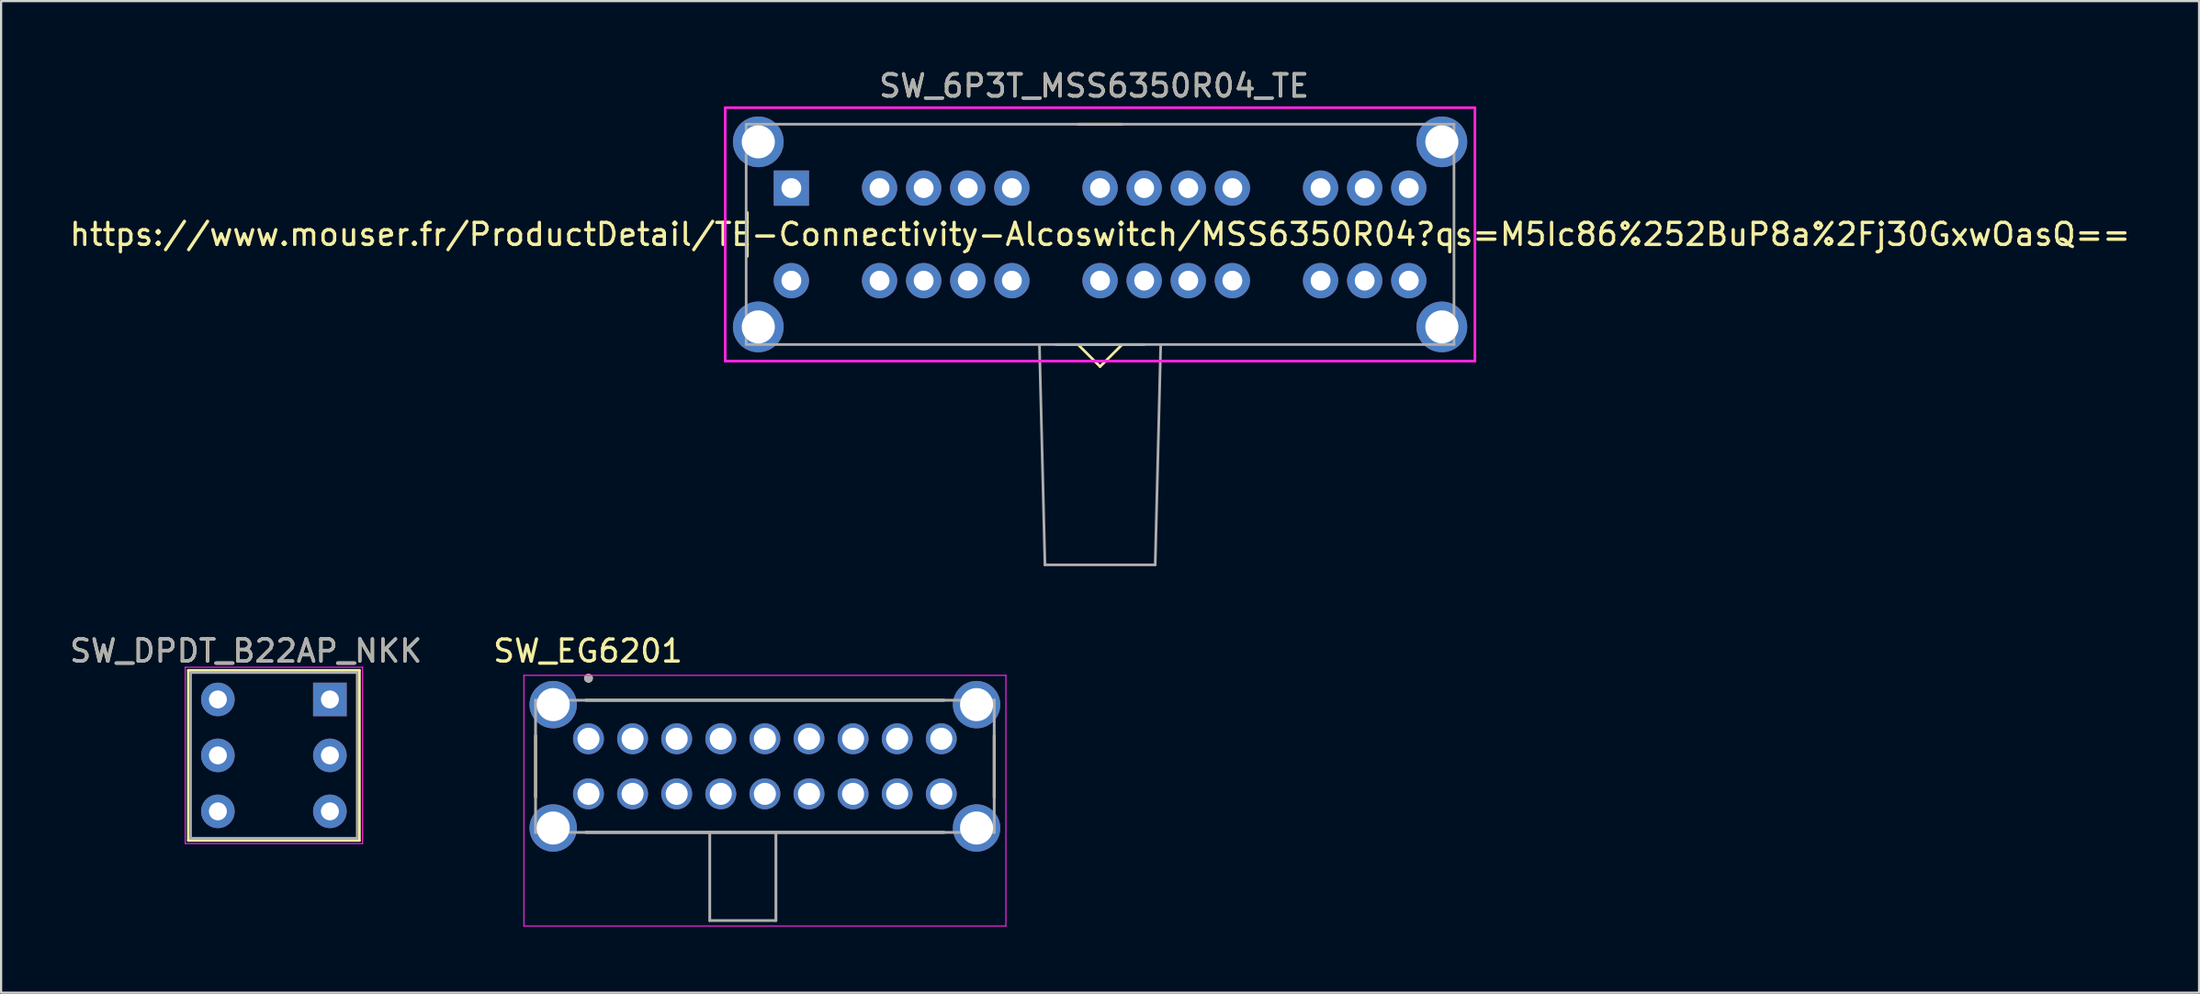
<source format=kicad_pcb>
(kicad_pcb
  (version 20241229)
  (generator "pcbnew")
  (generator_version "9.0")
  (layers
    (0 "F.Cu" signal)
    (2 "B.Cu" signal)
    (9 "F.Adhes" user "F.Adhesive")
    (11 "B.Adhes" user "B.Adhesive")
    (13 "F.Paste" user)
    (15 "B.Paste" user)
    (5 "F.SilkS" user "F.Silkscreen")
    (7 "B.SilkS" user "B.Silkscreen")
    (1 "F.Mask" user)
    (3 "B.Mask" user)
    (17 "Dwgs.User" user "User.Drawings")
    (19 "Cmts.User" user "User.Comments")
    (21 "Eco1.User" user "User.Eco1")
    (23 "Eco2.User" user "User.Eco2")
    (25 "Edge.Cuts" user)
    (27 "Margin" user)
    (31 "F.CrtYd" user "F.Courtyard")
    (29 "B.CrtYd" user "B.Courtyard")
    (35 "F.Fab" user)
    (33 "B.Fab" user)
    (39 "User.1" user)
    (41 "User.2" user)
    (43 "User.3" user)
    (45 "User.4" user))
  (footprint "SW_6P3T_MSS6350R04_TE"
    (layer "F.Cu")
    (at 46.839 7.588)
    (property "Reference" "SW_6P3T_MSS6350R04_TE" (at -0.27 -6.74 0) (layer "F.SilkS") (effects (font (size 1 1) (thickness 0.15))))
    (attr through_hole)
    (fp_line (start -16 -1) (end -16 1) (stroke (width 0.12) (type solid)) (layer "F.SilkS"))
    (fp_line (start -2 5) (end 2 5) (stroke (width 0.12) (type solid)) (layer "F.SilkS"))
    (fp_line (start -1 -5) (end 1 -5) (stroke (width 0.12) (type solid)) (layer "F.SilkS"))
    (fp_line (start -1 5) (end 0 6) (stroke (width 0.12) (type solid)) (layer "F.SilkS"))
    (fp_line (start 0 6) (end 1 5) (stroke (width 0.12) (type solid)) (layer "F.SilkS"))
    (fp_line (start -17 -5.75) (end 17 -5.75) (stroke (width 0.12) (type solid)) (layer "F.CrtYd"))
    (fp_line (start -17 5.75) (end -17 -5.75) (stroke (width 0.12) (type solid)) (layer "F.CrtYd"))
    (fp_line (start 17 -5.75) (end 17 5.5) (stroke (width 0.12) (type solid)) (layer "F.CrtYd"))
    (fp_line (start 17 5.5) (end 17 5.75) (stroke (width 0.12) (type solid)) (layer "F.CrtYd"))
    (fp_line (start 17 5.75) (end -17 5.75) (stroke (width 0.12) (type solid)) (layer "F.CrtYd"))
    (fp_line (start -16.05 -5) (end 16.05 -5) (stroke (width 0.12) (type solid)) (layer "F.Fab"))
    (fp_line (start -16.05 5) (end -16.05 -5) (stroke (width 0.12) (type solid)) (layer "F.Fab"))
    (fp_line (start -2.75 5) (end -2.5 15) (stroke (width 0.12) (type solid)) (layer "F.Fab"))
    (fp_line (start -2.5 15) (end 2.5 15) (stroke (width 0.12) (type solid)) (layer "F.Fab"))
    (fp_line (start 2.5 15) (end 2.75 5) (stroke (width 0.12) (type solid)) (layer "F.Fab"))
    (fp_line (start 16.05 -5) (end 16.05 5) (stroke (width 0.12) (type solid)) (layer "F.Fab"))
    (fp_line (start 16.05 5) (end -16.05 5) (stroke (width 0.12) (type solid)) (layer "F.Fab"))
    (fp_text user "https://www.mouser.fr/ProductDetail/TE-Connectivity-Alcoswitch/MSS6350R04?qs=M5Ic86%252BuP8a%2Fj30GxwOasQ==" (at 0 0 0) (layer "F.SilkS") (effects (font (size 1 1) (thickness 0.15))))
    (fp_text user "${REFERENCE}" (at -0.27 -6.74 0) (layer "F.Fab") (effects (font (size 1 1) (thickness 0.15))))
    (pad "0" thru_hole circle (at -15.5 -4.2) (size 2.3 2.3) (drill 1.5) (layers "*.Cu" "*.Mask"))
    (pad "0" thru_hole circle (at -15.5 4.2) (size 2.3 2.3) (drill 1.5) (layers "*.Cu" "*.Mask"))
    (pad "0" thru_hole circle (at 15.5 -4.2) (size 2.3 2.3) (drill 1.5) (layers "*.Cu" "*.Mask"))
    (pad "0" thru_hole circle (at 15.5 4.2 180) (size 2.3 2.3) (drill 1.5) (layers "*.Cu" "*.Mask"))
    (pad "1" thru_hole rect (at -14 -2.1) (size 1.6 1.6) (drill 0.9) (layers "*.Cu" "*.Mask"))
    (pad "2" thru_hole circle (at -10 -2.1) (size 1.6 1.6) (drill 0.9) (layers "*.Cu" "*.Mask"))
    (pad "3" thru_hole circle (at -8 -2.1) (size 1.6 1.6) (drill 0.9) (layers "*.Cu" "*.Mask"))
    (pad "4" thru_hole circle (at -6 -2.1) (size 1.6 1.6) (drill 0.9) (layers "*.Cu" "*.Mask"))
    (pad "5" thru_hole circle (at -4 -2.1) (size 1.6 1.6) (drill 0.9) (layers "*.Cu" "*.Mask"))
    (pad "6" thru_hole circle (at 0 -2.1) (size 1.6 1.6) (drill 0.9) (layers "*.Cu" "*.Mask"))
    (pad "7" thru_hole circle (at 2 -2.1) (size 1.6 1.6) (drill 0.9) (layers "*.Cu" "*.Mask"))
    (pad "8" thru_hole circle (at 4 -2.1) (size 1.6 1.6) (drill 0.9) (layers "*.Cu" "*.Mask"))
    (pad "9" thru_hole circle (at 6 -2.1) (size 1.6 1.6) (drill 0.9) (layers "*.Cu" "*.Mask"))
    (pad "10" thru_hole circle (at 10 -2.1) (size 1.6 1.6) (drill 0.9) (layers "*.Cu" "*.Mask"))
    (pad "11" thru_hole circle (at 12 -2.1) (size 1.6 1.6) (drill 0.9) (layers "*.Cu" "*.Mask"))
    (pad "12" thru_hole circle (at 14 -2.1) (size 1.6 1.6) (drill 0.9) (layers "*.Cu" "*.Mask"))
    (pad "13" thru_hole circle (at -14 2.1) (size 1.6 1.6) (drill 0.9) (layers "*.Cu" "*.Mask"))
    (pad "14" thru_hole circle (at -10 2.1) (size 1.6 1.6) (drill 0.9) (layers "*.Cu" "*.Mask"))
    (pad "15" thru_hole circle (at -8 2.1) (size 1.6 1.6) (drill 0.9) (layers "*.Cu" "*.Mask"))
    (pad "16" thru_hole circle (at -6 2.1) (size 1.6 1.6) (drill 0.9) (layers "*.Cu" "*.Mask"))
    (pad "17" thru_hole circle (at -4 2.1) (size 1.6 1.6) (drill 0.9) (layers "*.Cu" "*.Mask"))
    (pad "18" thru_hole circle (at 0 2.1) (size 1.6 1.6) (drill 0.9) (layers "*.Cu" "*.Mask"))
    (pad "19" thru_hole circle (at 2 2.1) (size 1.6 1.6) (drill 0.9) (layers "*.Cu" "*.Mask"))
    (pad "20" thru_hole circle (at 4 2.1) (size 1.6 1.6) (drill 0.9) (layers "*.Cu" "*.Mask"))
    (pad "21" thru_hole circle (at 6 2.1) (size 1.6 1.6) (drill 0.9) (layers "*.Cu" "*.Mask"))
    (pad "22" thru_hole circle (at 10 2.1) (size 1.6 1.6) (drill 0.9) (layers "*.Cu" "*.Mask"))
    (pad "23" thru_hole circle (at 12 2.1) (size 1.6 1.6) (drill 0.9) (layers "*.Cu" "*.Mask"))
    (pad "24" thru_hole circle (at 14 2.1) (size 1.6 1.6) (drill 0.9) (layers "*.Cu" "*.Mask")))
  (footprint "SW_EG6201"
    (layer "F.Cu")
    (at 31.638 31.732)
    (property "Reference" "SW_EG6201" (at -8.025 -5.235 0) (layer "F.SilkS") (effects (font (size 1 1) (thickness 0.15))))
    (attr through_hole)
    (fp_line (start -10.4 -1.4) (end -10.4 1.4) (stroke (width 0.127) (type solid)) (layer "F.SilkS"))
    (fp_line (start -8.125 -3) (end 8.125 -3) (stroke (width 0.127) (type solid)) (layer "F.SilkS"))
    (fp_line (start 8.125 3) (end -8.125 3) (stroke (width 0.127) (type solid)) (layer "F.SilkS"))
    (fp_line (start 10.4 -1.4) (end 10.4 1.4) (stroke (width 0.127) (type solid)) (layer "F.SilkS"))
    (fp_circle (center -8 -4) (end -7.9 -4) (stroke (width 0.2) (type solid)) (fill no) (layer "F.SilkS"))
    (fp_line (start -10.93 -4.13) (end 10.93 -4.13) (stroke (width 0.05) (type solid)) (layer "F.CrtYd"))
    (fp_line (start -10.93 7.25) (end -10.93 -4.13) (stroke (width 0.05) (type solid)) (layer "F.CrtYd"))
    (fp_line (start 10.93 -4.13) (end 10.93 7.25) (stroke (width 0.05) (type solid)) (layer "F.CrtYd"))
    (fp_line (start 10.93 7.25) (end -10.93 7.25) (stroke (width 0.05) (type solid)) (layer "F.CrtYd"))
    (fp_line (start -10.4 -3) (end 10.4 -3) (stroke (width 0.127) (type solid)) (layer "F.Fab"))
    (fp_line (start -10.4 3) (end -10.4 -3) (stroke (width 0.127) (type solid)) (layer "F.Fab"))
    (fp_line (start -2.5 3) (end -10.4 3) (stroke (width 0.127) (type solid)) (layer "F.Fab"))
    (fp_line (start -2.5 3) (end -2.5 7) (stroke (width 0.127) (type solid)) (layer "F.Fab"))
    (fp_line (start -2.5 7) (end 0.5 7) (stroke (width 0.127) (type solid)) (layer "F.Fab"))
    (fp_line (start 0.5 3) (end -2.5 3) (stroke (width 0.127) (type solid)) (layer "F.Fab"))
    (fp_line (start 0.5 7) (end 0.5 3) (stroke (width 0.127) (type solid)) (layer "F.Fab"))
    (fp_line (start 10.4 -3) (end 10.4 3) (stroke (width 0.127) (type solid)) (layer "F.Fab"))
    (fp_line (start 10.4 3) (end 0.5 3) (stroke (width 0.127) (type solid)) (layer "F.Fab"))
    (fp_circle (center -8 -4) (end -7.9 -4) (stroke (width 0.2) (type solid)) (fill no) (layer "F.Fab"))
    (pad "0" thru_hole circle (at -9.6 -2.8) (size 2.15 2.15) (drill 1.5) (layers "*.Cu" "*.Mask"))
    (pad "0" thru_hole circle (at -9.6 2.8) (size 2.15 2.15) (drill 1.5) (layers "*.Cu" "*.Mask"))
    (pad "0" thru_hole circle (at 9.6 -2.8) (size 2.15 2.15) (drill 1.5) (layers "*.Cu" "*.Mask"))
    (pad "0" thru_hole circle (at 9.6 2.8) (size 2.15 2.15) (drill 1.5) (layers "*.Cu" "*.Mask"))
    (pad "1" thru_hole circle (at -8 -1.25) (size 1.4 1.4) (drill 1) (layers "*.Cu" "*.Mask"))
    (pad "2" thru_hole circle (at -6 -1.25) (size 1.4 1.4) (drill 1) (layers "*.Cu" "*.Mask"))
    (pad "3" thru_hole circle (at -4 -1.25) (size 1.4 1.4) (drill 1) (layers "*.Cu" "*.Mask"))
    (pad "4" thru_hole circle (at -2 -1.25) (size 1.4 1.4) (drill 1) (layers "*.Cu" "*.Mask"))
    (pad "5" thru_hole circle (at 0 -1.25) (size 1.4 1.4) (drill 1) (layers "*.Cu" "*.Mask"))
    (pad "6" thru_hole circle (at 2 -1.25) (size 1.4 1.4) (drill 1) (layers "*.Cu" "*.Mask"))
    (pad "7" thru_hole circle (at 4 -1.25) (size 1.4 1.4) (drill 1) (layers "*.Cu" "*.Mask"))
    (pad "8" thru_hole circle (at 6 -1.25) (size 1.4 1.4) (drill 1) (layers "*.Cu" "*.Mask"))
    (pad "9" thru_hole circle (at 8 -1.25) (size 1.4 1.4) (drill 1) (layers "*.Cu" "*.Mask"))
    (pad "10" thru_hole circle (at -8 1.25) (size 1.4 1.4) (drill 1) (layers "*.Cu" "*.Mask"))
    (pad "11" thru_hole circle (at -6 1.25) (size 1.4 1.4) (drill 1) (layers "*.Cu" "*.Mask"))
    (pad "12" thru_hole circle (at -4 1.25) (size 1.4 1.4) (drill 1) (layers "*.Cu" "*.Mask"))
    (pad "13" thru_hole circle (at -2 1.25) (size 1.4 1.4) (drill 1) (layers "*.Cu" "*.Mask"))
    (pad "14" thru_hole circle (at 0 1.25) (size 1.4 1.4) (drill 1) (layers "*.Cu" "*.Mask"))
    (pad "15" thru_hole circle (at 2 1.25) (size 1.4 1.4) (drill 1) (layers "*.Cu" "*.Mask"))
    (pad "16" thru_hole circle (at 4 1.25) (size 1.4 1.4) (drill 1) (layers "*.Cu" "*.Mask"))
    (pad "17" thru_hole circle (at 6 1.25) (size 1.4 1.4) (drill 1) (layers "*.Cu" "*.Mask"))
    (pad "18" thru_hole circle (at 8 1.25) (size 1.4 1.4) (drill 1) (layers "*.Cu" "*.Mask")))
  (footprint "SW_DPDT_B22AP_NKK"
    (layer "F.Cu")
    (at 9.371 31.236)
    (property "Reference" "SW_DPDT_B22AP_NKK" (at -1.27 -4.74 0) (layer "F.SilkS") (effects (font (size 1 1) (thickness 0.15))))
    (attr through_hole)
    (fp_line (start -3.881 -3.861) (end 3.881 -3.861) (stroke (width 0.12) (type solid)) (layer "F.SilkS"))
    (fp_line (start -3.881 3.861) (end -3.881 -3.861) (stroke (width 0.12) (type solid)) (layer "F.SilkS"))
    (fp_line (start -3.881 3.861) (end 3.881 3.861) (stroke (width 0.12) (type solid)) (layer "F.SilkS"))
    (fp_line (start 3.881 -3.861) (end 3.881 3.861) (stroke (width 0.12) (type solid)) (layer "F.SilkS"))
    (fp_line (start -4.02 4) (end -4.02 -4) (stroke (width 0.05) (type solid)) (layer "F.CrtYd"))
    (fp_line (start -4.02 4) (end 4.02 4) (stroke (width 0.05) (type solid)) (layer "F.CrtYd"))
    (fp_line (start 4.02 -4) (end -4.02 -4) (stroke (width 0.05) (type solid)) (layer "F.CrtYd"))
    (fp_line (start 4.02 -4) (end 4.02 4) (stroke (width 0.05) (type solid)) (layer "F.CrtYd"))
    (fp_line (start -3.77 -3.75) (end 3.77 -3.75) (stroke (width 0.1) (type solid)) (layer "F.Fab"))
    (fp_line (start -3.77 3.75) (end -3.77 -3.75) (stroke (width 0.1) (type solid)) (layer "F.Fab"))
    (fp_line (start -3.77 3.75) (end 3.77 3.75) (stroke (width 0.1) (type solid)) (layer "F.Fab"))
    (fp_line (start 3.77 3.75) (end 3.77 -3.75) (stroke (width 0.1) (type solid)) (layer "F.Fab"))
    (fp_text user "${REFERENCE}" (at -1.27 -4.74 0) (layer "F.Fab") (effects (font (size 1 1) (thickness 0.15))))
    (pad "1" thru_hole rect (at 2.54 -2.54) (size 1.524 1.524) (drill 0.813) (layers "*.Cu" "*.Mask"))
    (pad "2" thru_hole circle (at 2.54 0) (size 1.524 1.524) (drill 0.813) (layers "*.Cu" "*.Mask"))
    (pad "3" thru_hole circle (at 2.54 2.54) (size 1.524 1.524) (drill 0.813) (layers "*.Cu" "*.Mask"))
    (pad "4" thru_hole circle (at -2.54 -2.54) (size 1.524 1.524) (drill 0.813) (layers "*.Cu" "*.Mask"))
    (pad "5" thru_hole circle (at -2.54 0) (size 1.524 1.524) (drill 0.813) (layers "*.Cu" "*.Mask"))
    (pad "6" thru_hole circle (at -2.54 2.54) (size 1.524 1.524) (drill 0.813) (layers "*.Cu" "*.Mask")))
  (gr_rect
    (start -3 -3)
    (end 96.679 42.007)
    (stroke (width 0.1) (type default))
    (fill no)
    (layer "Edge.Cuts")))
</source>
